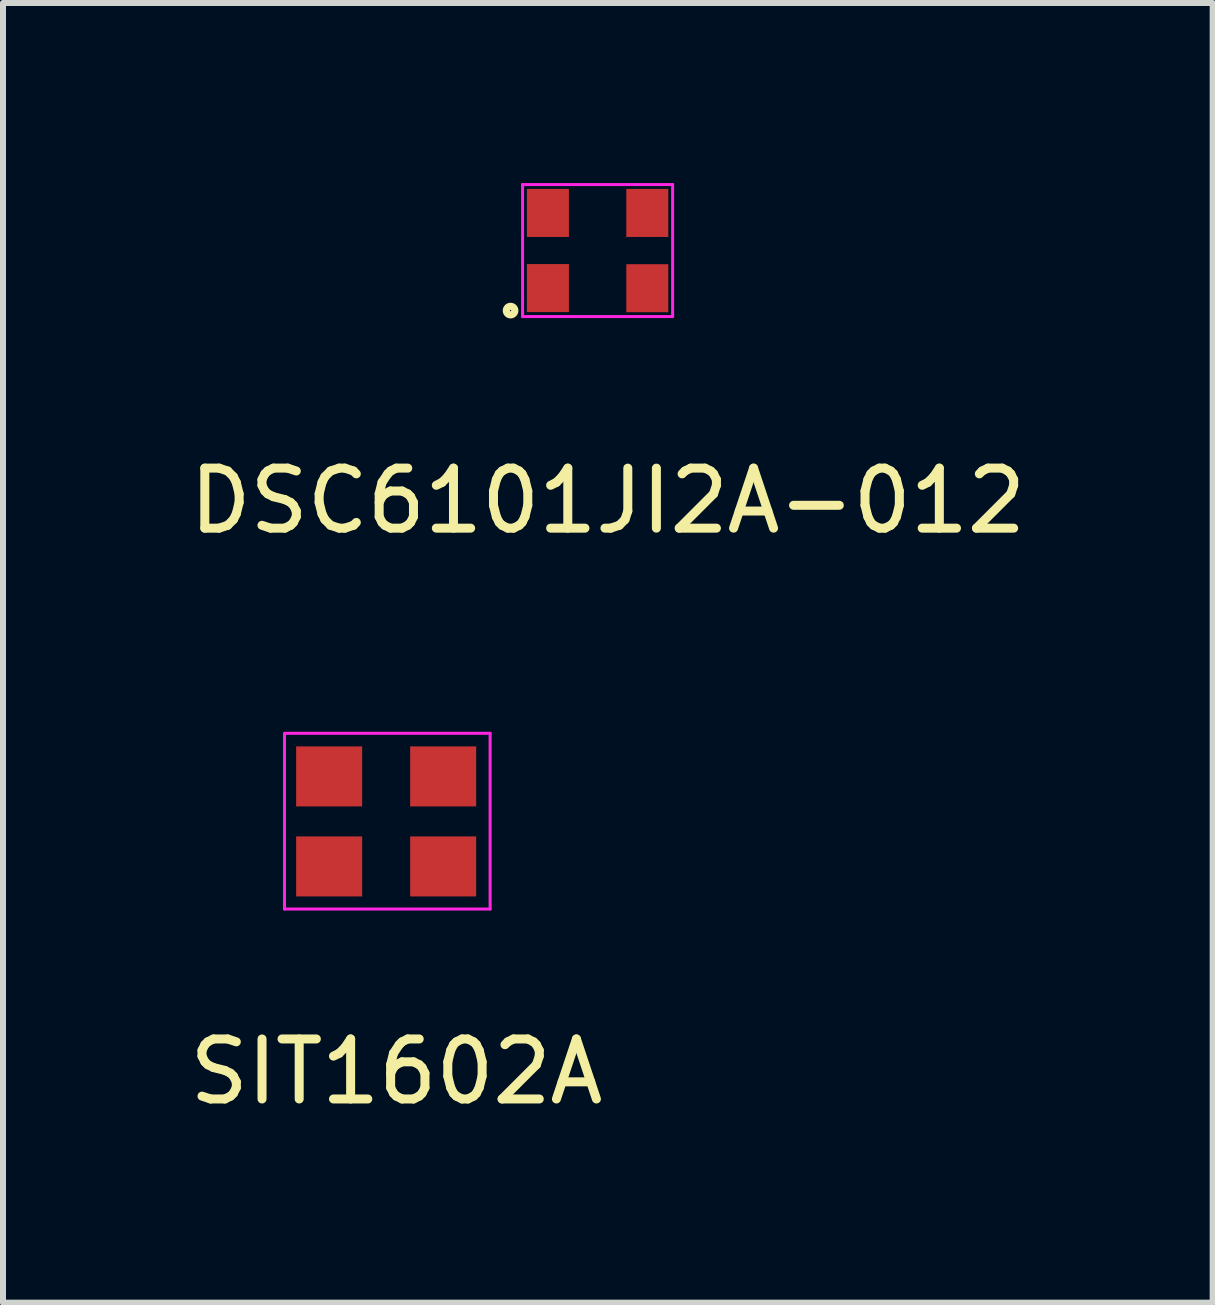
<source format=kicad_pcb>
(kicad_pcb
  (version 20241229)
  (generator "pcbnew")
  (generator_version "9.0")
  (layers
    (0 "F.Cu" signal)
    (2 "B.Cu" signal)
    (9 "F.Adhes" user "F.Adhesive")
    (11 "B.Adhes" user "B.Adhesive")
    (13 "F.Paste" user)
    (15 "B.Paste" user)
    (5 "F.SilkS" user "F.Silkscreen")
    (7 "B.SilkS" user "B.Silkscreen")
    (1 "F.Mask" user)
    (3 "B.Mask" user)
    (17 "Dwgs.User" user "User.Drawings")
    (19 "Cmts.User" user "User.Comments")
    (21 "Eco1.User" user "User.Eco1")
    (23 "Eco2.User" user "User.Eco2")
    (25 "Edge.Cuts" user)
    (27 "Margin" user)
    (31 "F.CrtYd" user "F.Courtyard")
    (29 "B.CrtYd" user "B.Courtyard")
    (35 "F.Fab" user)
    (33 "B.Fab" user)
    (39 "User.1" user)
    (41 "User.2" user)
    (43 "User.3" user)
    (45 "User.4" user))
  (footprint "SIT1602A"
    (layer "F.Cu")
    (at 3.384 10.636)
    (property "Reference" "SIT1602A" (at 0.17 4.17 0) (layer "F.SilkS") (effects (font (size 1 1) (thickness 0.15))))
    (attr through_hole)
    (fp_line (start -1.694 -1.468) (end 1.732 -1.468) (stroke (width 0.05) (type solid)) (layer "F.CrtYd"))
    (fp_line (start -1.694 1.46) (end -1.694 -1.445) (stroke (width 0.05) (type solid)) (layer "F.CrtYd"))
    (fp_line (start 1.732 -1.468) (end 1.732 1.46) (stroke (width 0.05) (type solid)) (layer "F.CrtYd"))
    (fp_line (start 1.732 1.46) (end -1.694 1.46) (stroke (width 0.05) (type solid)) (layer "F.CrtYd"))
    (pad "1" smd rect (at -0.95 0.75) (size 1.1 1) (layers "F.Cu" "F.Mask" "F.Paste"))
    (pad "2" smd rect (at 0.95 0.75) (size 1.1 1) (layers "F.Cu" "F.Mask" "F.Paste"))
    (pad "3" smd rect (at 0.95 -0.75) (size 1.1 1) (layers "F.Cu" "F.Mask" "F.Paste"))
    (pad "4" smd rect (at -0.95 -0.75) (size 1.1 1) (layers "F.Cu" "F.Mask" "F.Paste")))
  (footprint "DSC6101JI2A-012"
    (layer "F.Cu")
    (at 6.907 1.125)
    (property "Reference" "DSC6101JI2A-012" (at 0.17 4.17 0) (layer "F.SilkS") (effects (font (size 1 1) (thickness 0.15))))
    (attr through_hole)
    (fp_circle (center -1.45 1) (end -1.4 1.05) (stroke (width 0.12) (type solid)) (fill no) (layer "F.SilkS"))
    (fp_line (start -1.25 -1.1) (end -1.25 1.1) (stroke (width 0.05) (type solid)) (layer "F.CrtYd"))
    (fp_line (start -1.25 -1.1) (end 1.25 -1.1) (stroke (width 0.05) (type solid)) (layer "F.CrtYd"))
    (fp_line (start -1.25 1.1) (end 1.25 1.1) (stroke (width 0.05) (type solid)) (layer "F.CrtYd"))
    (fp_line (start 1.25 1.1) (end 1.25 -1.1) (stroke (width 0.05) (type solid)) (layer "F.CrtYd"))
    (pad "1" smd rect (at -0.828 0.625) (size 0.7 0.8) (layers "F.Cu" "F.Mask" "F.Paste"))
    (pad "2" smd rect (at 0.828 0.627) (size 0.7 0.8) (layers "F.Cu" "F.Mask" "F.Paste"))
    (pad "3" smd rect (at 0.828 -0.627) (size 0.7 0.8) (layers "F.Cu" "F.Mask" "F.Paste"))
    (pad "4" smd rect (at -0.828 -0.627) (size 0.7 0.8) (layers "F.Cu" "F.Mask" "F.Paste")))
  (gr_rect
    (start -3 -3)
    (end 17.155 18.655)
    (stroke (width 0.1) (type default))
    (fill no)
    (layer "Edge.Cuts")))
</source>
